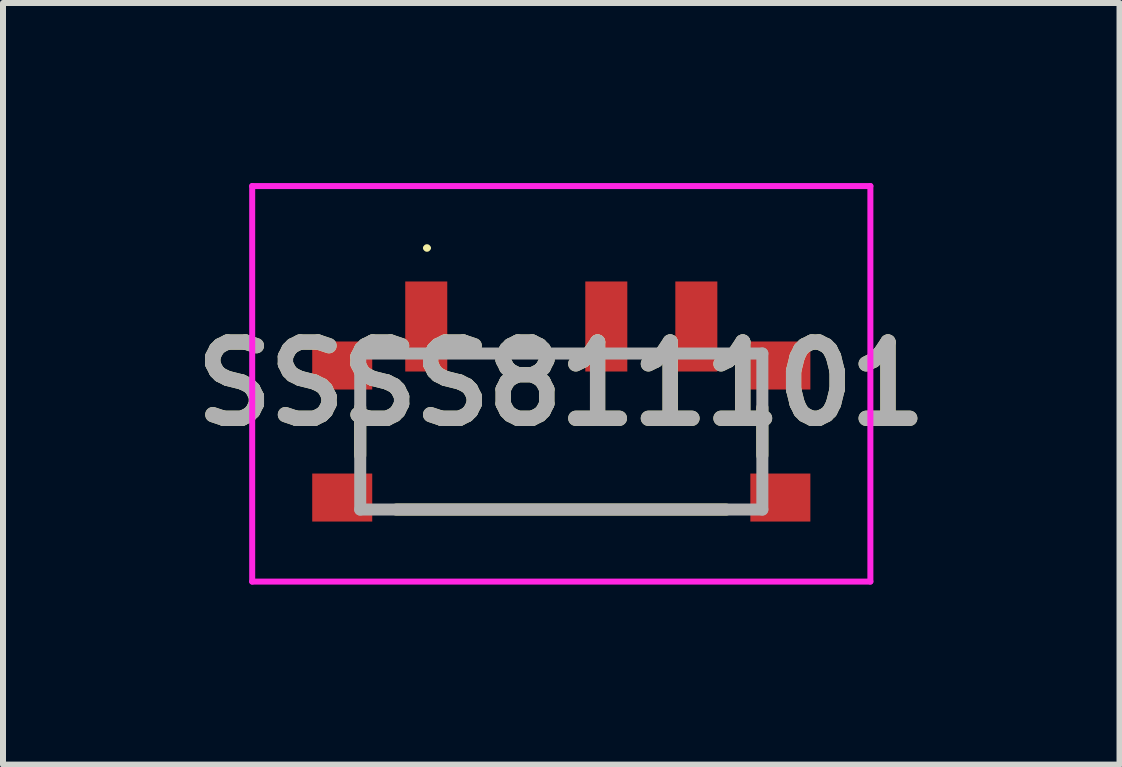
<source format=kicad_pcb>
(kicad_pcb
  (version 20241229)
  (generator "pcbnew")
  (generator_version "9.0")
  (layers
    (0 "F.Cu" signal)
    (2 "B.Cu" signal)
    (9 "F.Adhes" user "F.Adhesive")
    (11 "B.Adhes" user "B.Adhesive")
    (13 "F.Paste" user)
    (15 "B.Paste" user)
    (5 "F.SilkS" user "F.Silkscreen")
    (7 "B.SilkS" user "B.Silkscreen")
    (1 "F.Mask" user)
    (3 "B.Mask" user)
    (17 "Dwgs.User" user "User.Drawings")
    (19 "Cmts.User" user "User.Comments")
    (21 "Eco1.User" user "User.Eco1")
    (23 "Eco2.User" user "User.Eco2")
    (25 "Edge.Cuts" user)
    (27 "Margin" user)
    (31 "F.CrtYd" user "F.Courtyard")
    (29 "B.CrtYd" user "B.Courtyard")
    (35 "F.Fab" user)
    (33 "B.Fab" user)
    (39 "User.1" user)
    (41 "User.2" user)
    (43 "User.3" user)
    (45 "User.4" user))
  (footprint "SSSS811101"
    (layer "F.Cu")
    (at 6.302 4.14)
    (property "Reference" "SSSS811101" (at 0 -0.795 0) (layer "F.SilkS") (effects (font (size 1.27 1.27) (thickness 0.254))))
    (attr through_hole)
    (fp_line (start -3.35 -0.4) (end -3.35 0.4) (stroke (width 0.2) (type solid)) (layer "F.SilkS"))
    (fp_line (start -2.748 1.3) (end 2.748 1.3) (stroke (width 0.2) (type solid)) (layer "F.SilkS"))
    (fp_line (start -2.27 -3.058) (end -2.27 -3.058) (stroke (width 0.063) (type solid)) (layer "F.SilkS"))
    (fp_line (start -2.206 -3.058) (end -2.206 -3.058) (stroke (width 0.063) (type solid)) (layer "F.SilkS"))
    (fp_line (start 3.35 -0.4) (end 3.35 0.4) (stroke (width 0.2) (type solid)) (layer "F.SilkS"))
    (fp_arc (start -2.27 -3.058) (mid -2.238 -3.09) (end -2.206 -3.058) (stroke (width 0.06306) (type solid)) (layer "F.SilkS"))
    (fp_arc (start -2.206 -3.058) (mid -2.238 -3.026) (end -2.27 -3.058) (stroke (width 0.06306) (type solid)) (layer "F.SilkS"))
    (fp_line (start -5.15 -4.09) (end 5.15 -4.09) (stroke (width 0.1) (type solid)) (layer "F.CrtYd"))
    (fp_line (start -5.15 2.5) (end -5.15 -4.09) (stroke (width 0.1) (type solid)) (layer "F.CrtYd"))
    (fp_line (start 5.15 -4.09) (end 5.15 2.5) (stroke (width 0.1) (type solid)) (layer "F.CrtYd"))
    (fp_line (start 5.15 2.5) (end -5.15 2.5) (stroke (width 0.1) (type solid)) (layer "F.CrtYd"))
    (fp_line (start -3.35 -1.3) (end 3.35 -1.3) (stroke (width 0.2) (type solid)) (layer "F.Fab"))
    (fp_line (start -3.35 1.3) (end -3.35 -1.3) (stroke (width 0.2) (type solid)) (layer "F.Fab"))
    (fp_line (start 3.35 -1.3) (end 3.35 1.3) (stroke (width 0.2) (type solid)) (layer "F.Fab"))
    (fp_line (start 3.35 1.3) (end -3.35 1.3) (stroke (width 0.2) (type solid)) (layer "F.Fab"))
    (fp_text user "${REFERENCE}" (at 0 -0.795 0) (layer "F.Fab") (effects (font (size 1.27 1.27) (thickness 0.254))))
    (pad "" np_thru_hole circle (at -1.5 0) (size 0.001 0.001) (drill 0.9) (layers "*.Cu" "*.Mask"))
    (pad "" np_thru_hole circle (at 1.5 0) (size 0.001 0.001) (drill 0.9) (layers "*.Cu" "*.Mask"))
    (pad "1" smd rect (at -2.25 -1.75) (size 0.7 1.5) (layers "F.Cu" "F.Mask" "F.Paste"))
    (pad "2" smd rect (at 0.75 -1.75) (size 0.7 1.5) (layers "F.Cu" "F.Mask" "F.Paste"))
    (pad "3" smd rect (at 2.25 -1.75) (size 0.7 1.5) (layers "F.Cu" "F.Mask" "F.Paste"))
    (pad "4" smd rect (at -3.65 -1.1 90) (size 0.8 1) (layers "F.Cu" "F.Mask" "F.Paste"))
    (pad "5" smd rect (at -3.65 1.1 90) (size 0.8 1) (layers "F.Cu" "F.Mask" "F.Paste"))
    (pad "6" smd rect (at 3.65 -1.1 90) (size 0.8 1) (layers "F.Cu" "F.Mask" "F.Paste"))
    (pad "7" smd rect (at 3.65 1.1 90) (size 0.8 1) (layers "F.Cu" "F.Mask" "F.Paste")))
  (gr_rect
    (start -3 -3)
    (end 15.603 9.69)
    (stroke (width 0.1) (type default))
    (fill no)
    (layer "Edge.Cuts")))
</source>
